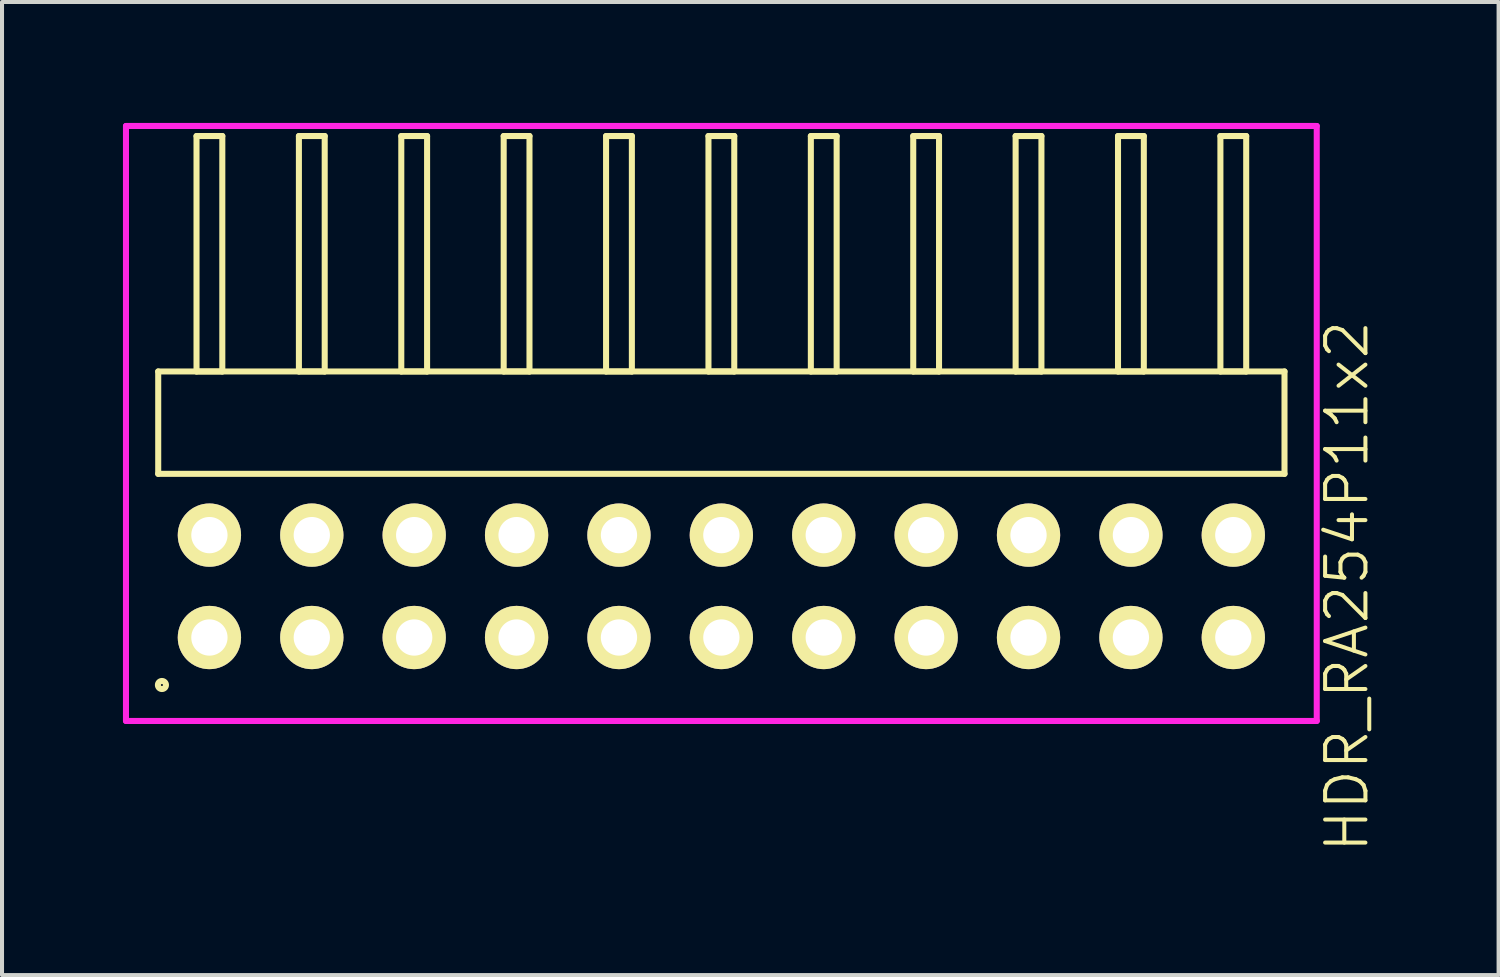
<source format=kicad_pcb>
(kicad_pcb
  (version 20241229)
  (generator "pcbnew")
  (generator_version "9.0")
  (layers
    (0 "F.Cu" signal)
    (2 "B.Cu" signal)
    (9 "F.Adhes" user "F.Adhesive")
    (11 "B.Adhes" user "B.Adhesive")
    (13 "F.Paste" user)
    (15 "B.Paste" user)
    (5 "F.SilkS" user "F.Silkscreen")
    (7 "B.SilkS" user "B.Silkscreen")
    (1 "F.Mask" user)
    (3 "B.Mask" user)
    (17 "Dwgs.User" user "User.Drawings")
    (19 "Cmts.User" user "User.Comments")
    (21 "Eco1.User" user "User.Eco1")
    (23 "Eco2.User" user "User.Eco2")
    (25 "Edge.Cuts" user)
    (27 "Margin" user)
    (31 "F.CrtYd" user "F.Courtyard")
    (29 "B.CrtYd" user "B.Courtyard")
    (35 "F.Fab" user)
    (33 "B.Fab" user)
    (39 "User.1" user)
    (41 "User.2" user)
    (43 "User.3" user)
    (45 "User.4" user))
  (footprint "HDR_RA254P11x2"
    (layer "F.Cu")
    (at 14.845 11.495)
    (property "Reference" "HDR_RA254P11x2" (at 15.52 0 90) (layer "F.SilkS") (effects (font (size 1 1) (thickness 0.1))))
    (attr through_hole)
    (fp_line (start -13.97 -5.33) (end -13.97 -2.79) (stroke (width 0.15) (type solid)) (layer "F.SilkS"))
    (fp_line (start -13.97 -2.79) (end 13.97 -2.79) (stroke (width 0.15) (type solid)) (layer "F.SilkS"))
    (fp_line (start -13.02 -11.17) (end -13.02 -5.33) (stroke (width 0.15) (type solid)) (layer "F.SilkS"))
    (fp_line (start -13.02 -5.33) (end -12.38 -5.33) (stroke (width 0.15) (type solid)) (layer "F.SilkS"))
    (fp_line (start -12.38 -11.17) (end -13.02 -11.17) (stroke (width 0.15) (type solid)) (layer "F.SilkS"))
    (fp_line (start -12.38 -5.33) (end -12.38 -11.17) (stroke (width 0.15) (type solid)) (layer "F.SilkS"))
    (fp_line (start -10.48 -11.17) (end -10.48 -5.33) (stroke (width 0.15) (type solid)) (layer "F.SilkS"))
    (fp_line (start -10.48 -5.33) (end -9.84 -5.33) (stroke (width 0.15) (type solid)) (layer "F.SilkS"))
    (fp_line (start -9.84 -11.17) (end -10.48 -11.17) (stroke (width 0.15) (type solid)) (layer "F.SilkS"))
    (fp_line (start -9.84 -5.33) (end -9.84 -11.17) (stroke (width 0.15) (type solid)) (layer "F.SilkS"))
    (fp_line (start -7.94 -11.17) (end -7.94 -5.33) (stroke (width 0.15) (type solid)) (layer "F.SilkS"))
    (fp_line (start -7.94 -5.33) (end -7.3 -5.33) (stroke (width 0.15) (type solid)) (layer "F.SilkS"))
    (fp_line (start -7.3 -11.17) (end -7.94 -11.17) (stroke (width 0.15) (type solid)) (layer "F.SilkS"))
    (fp_line (start -7.3 -5.33) (end -7.3 -11.17) (stroke (width 0.15) (type solid)) (layer "F.SilkS"))
    (fp_line (start -5.4 -11.17) (end -5.4 -5.33) (stroke (width 0.15) (type solid)) (layer "F.SilkS"))
    (fp_line (start -5.4 -5.33) (end -4.76 -5.33) (stroke (width 0.15) (type solid)) (layer "F.SilkS"))
    (fp_line (start -4.76 -11.17) (end -5.4 -11.17) (stroke (width 0.15) (type solid)) (layer "F.SilkS"))
    (fp_line (start -4.76 -5.33) (end -4.76 -11.17) (stroke (width 0.15) (type solid)) (layer "F.SilkS"))
    (fp_line (start -2.86 -11.17) (end -2.86 -5.33) (stroke (width 0.15) (type solid)) (layer "F.SilkS"))
    (fp_line (start -2.86 -5.33) (end -2.22 -5.33) (stroke (width 0.15) (type solid)) (layer "F.SilkS"))
    (fp_line (start -2.22 -11.17) (end -2.86 -11.17) (stroke (width 0.15) (type solid)) (layer "F.SilkS"))
    (fp_line (start -2.22 -5.33) (end -2.22 -11.17) (stroke (width 0.15) (type solid)) (layer "F.SilkS"))
    (fp_line (start -0.32 -11.17) (end -0.32 -5.33) (stroke (width 0.15) (type solid)) (layer "F.SilkS"))
    (fp_line (start -0.32 -5.33) (end 0.32 -5.33) (stroke (width 0.15) (type solid)) (layer "F.SilkS"))
    (fp_line (start 0.32 -11.17) (end -0.32 -11.17) (stroke (width 0.15) (type solid)) (layer "F.SilkS"))
    (fp_line (start 0.32 -5.33) (end 0.32 -11.17) (stroke (width 0.15) (type solid)) (layer "F.SilkS"))
    (fp_line (start 2.22 -11.17) (end 2.22 -5.33) (stroke (width 0.15) (type solid)) (layer "F.SilkS"))
    (fp_line (start 2.22 -5.33) (end 2.86 -5.33) (stroke (width 0.15) (type solid)) (layer "F.SilkS"))
    (fp_line (start 2.86 -11.17) (end 2.22 -11.17) (stroke (width 0.15) (type solid)) (layer "F.SilkS"))
    (fp_line (start 2.86 -5.33) (end 2.86 -11.17) (stroke (width 0.15) (type solid)) (layer "F.SilkS"))
    (fp_line (start 4.76 -11.17) (end 4.76 -5.33) (stroke (width 0.15) (type solid)) (layer "F.SilkS"))
    (fp_line (start 4.76 -5.33) (end 5.4 -5.33) (stroke (width 0.15) (type solid)) (layer "F.SilkS"))
    (fp_line (start 5.4 -11.17) (end 4.76 -11.17) (stroke (width 0.15) (type solid)) (layer "F.SilkS"))
    (fp_line (start 5.4 -5.33) (end 5.4 -11.17) (stroke (width 0.15) (type solid)) (layer "F.SilkS"))
    (fp_line (start 7.3 -11.17) (end 7.3 -5.33) (stroke (width 0.15) (type solid)) (layer "F.SilkS"))
    (fp_line (start 7.3 -5.33) (end 7.94 -5.33) (stroke (width 0.15) (type solid)) (layer "F.SilkS"))
    (fp_line (start 7.94 -11.17) (end 7.3 -11.17) (stroke (width 0.15) (type solid)) (layer "F.SilkS"))
    (fp_line (start 7.94 -5.33) (end 7.94 -11.17) (stroke (width 0.15) (type solid)) (layer "F.SilkS"))
    (fp_line (start 9.84 -11.17) (end 9.84 -5.33) (stroke (width 0.15) (type solid)) (layer "F.SilkS"))
    (fp_line (start 9.84 -5.33) (end 10.48 -5.33) (stroke (width 0.15) (type solid)) (layer "F.SilkS"))
    (fp_line (start 10.48 -11.17) (end 9.84 -11.17) (stroke (width 0.15) (type solid)) (layer "F.SilkS"))
    (fp_line (start 10.48 -5.33) (end 10.48 -11.17) (stroke (width 0.15) (type solid)) (layer "F.SilkS"))
    (fp_line (start 12.38 -11.17) (end 12.38 -5.33) (stroke (width 0.15) (type solid)) (layer "F.SilkS"))
    (fp_line (start 12.38 -5.33) (end 13.02 -5.33) (stroke (width 0.15) (type solid)) (layer "F.SilkS"))
    (fp_line (start 13.02 -11.17) (end 12.38 -11.17) (stroke (width 0.15) (type solid)) (layer "F.SilkS"))
    (fp_line (start 13.02 -5.33) (end 13.02 -11.17) (stroke (width 0.15) (type solid)) (layer "F.SilkS"))
    (fp_line (start 13.97 -5.33) (end -13.97 -5.33) (stroke (width 0.15) (type solid)) (layer "F.SilkS"))
    (fp_line (start 13.97 -2.79) (end 13.97 -5.33) (stroke (width 0.15) (type solid)) (layer "F.SilkS"))
    (fp_circle (center -13.878 2.448) (end -13.778 2.448) (stroke (width 0.15) (type solid)) (fill no) (layer "F.SilkS"))
    (fp_line (start -14.77 -11.42) (end -14.77 3.34) (stroke (width 0.15) (type solid)) (layer "F.CrtYd"))
    (fp_line (start -14.77 3.34) (end 14.77 3.34) (stroke (width 0.15) (type solid)) (layer "F.CrtYd"))
    (fp_line (start 14.77 -11.42) (end -14.77 -11.42) (stroke (width 0.15) (type solid)) (layer "F.CrtYd"))
    (fp_line (start 14.77 3.34) (end 14.77 -11.42) (stroke (width 0.15) (type solid)) (layer "F.CrtYd"))
    (pad "1" thru_hole oval (at -12.7 1.27) (size 1.57 1.57) (drill 0.9) (layers "*.Cu" "*.Mask" "F.SilkS"))
    (pad "2" thru_hole oval (at -12.7 -1.27) (size 1.57 1.57) (drill 0.9) (layers "*.Cu" "*.Mask" "F.SilkS"))
    (pad "3" thru_hole oval (at -10.16 1.27) (size 1.57 1.57) (drill 0.9) (layers "*.Cu" "*.Mask" "F.SilkS"))
    (pad "4" thru_hole oval (at -10.16 -1.27) (size 1.57 1.57) (drill 0.9) (layers "*.Cu" "*.Mask" "F.SilkS"))
    (pad "5" thru_hole oval (at -7.62 1.27) (size 1.57 1.57) (drill 0.9) (layers "*.Cu" "*.Mask" "F.SilkS"))
    (pad "6" thru_hole oval (at -7.62 -1.27) (size 1.57 1.57) (drill 0.9) (layers "*.Cu" "*.Mask" "F.SilkS"))
    (pad "7" thru_hole oval (at -5.08 1.27) (size 1.57 1.57) (drill 0.9) (layers "*.Cu" "*.Mask" "F.SilkS"))
    (pad "8" thru_hole oval (at -5.08 -1.27) (size 1.57 1.57) (drill 0.9) (layers "*.Cu" "*.Mask" "F.SilkS"))
    (pad "9" thru_hole oval (at -2.54 1.27) (size 1.57 1.57) (drill 0.9) (layers "*.Cu" "*.Mask" "F.SilkS"))
    (pad "10" thru_hole oval (at -2.54 -1.27) (size 1.57 1.57) (drill 0.9) (layers "*.Cu" "*.Mask" "F.SilkS"))
    (pad "11" thru_hole oval (at 0 1.27) (size 1.57 1.57) (drill 0.9) (layers "*.Cu" "*.Mask" "F.SilkS"))
    (pad "12" thru_hole oval (at 0 -1.27) (size 1.57 1.57) (drill 0.9) (layers "*.Cu" "*.Mask" "F.SilkS"))
    (pad "13" thru_hole oval (at 2.54 1.27) (size 1.57 1.57) (drill 0.9) (layers "*.Cu" "*.Mask" "F.SilkS"))
    (pad "14" thru_hole oval (at 2.54 -1.27) (size 1.57 1.57) (drill 0.9) (layers "*.Cu" "*.Mask" "F.SilkS"))
    (pad "15" thru_hole oval (at 5.08 1.27) (size 1.57 1.57) (drill 0.9) (layers "*.Cu" "*.Mask" "F.SilkS"))
    (pad "16" thru_hole oval (at 5.08 -1.27) (size 1.57 1.57) (drill 0.9) (layers "*.Cu" "*.Mask" "F.SilkS"))
    (pad "17" thru_hole oval (at 7.62 1.27) (size 1.57 1.57) (drill 0.9) (layers "*.Cu" "*.Mask" "F.SilkS"))
    (pad "18" thru_hole oval (at 7.62 -1.27) (size 1.57 1.57) (drill 0.9) (layers "*.Cu" "*.Mask" "F.SilkS"))
    (pad "19" thru_hole oval (at 10.16 1.27) (size 1.57 1.57) (drill 0.9) (layers "*.Cu" "*.Mask" "F.SilkS"))
    (pad "20" thru_hole oval (at 10.16 -1.27) (size 1.57 1.57) (drill 0.9) (layers "*.Cu" "*.Mask" "F.SilkS"))
    (pad "21" thru_hole oval (at 12.7 1.27) (size 1.57 1.57) (drill 0.9) (layers "*.Cu" "*.Mask" "F.SilkS"))
    (pad "22" thru_hole oval (at 12.7 -1.27) (size 1.57 1.57) (drill 0.9) (layers "*.Cu" "*.Mask" "F.SilkS")))
  (gr_rect
    (start -3 -3)
    (end 34.126 21.14)
    (stroke (width 0.1) (type default))
    (fill no)
    (layer "Edge.Cuts")))
</source>
